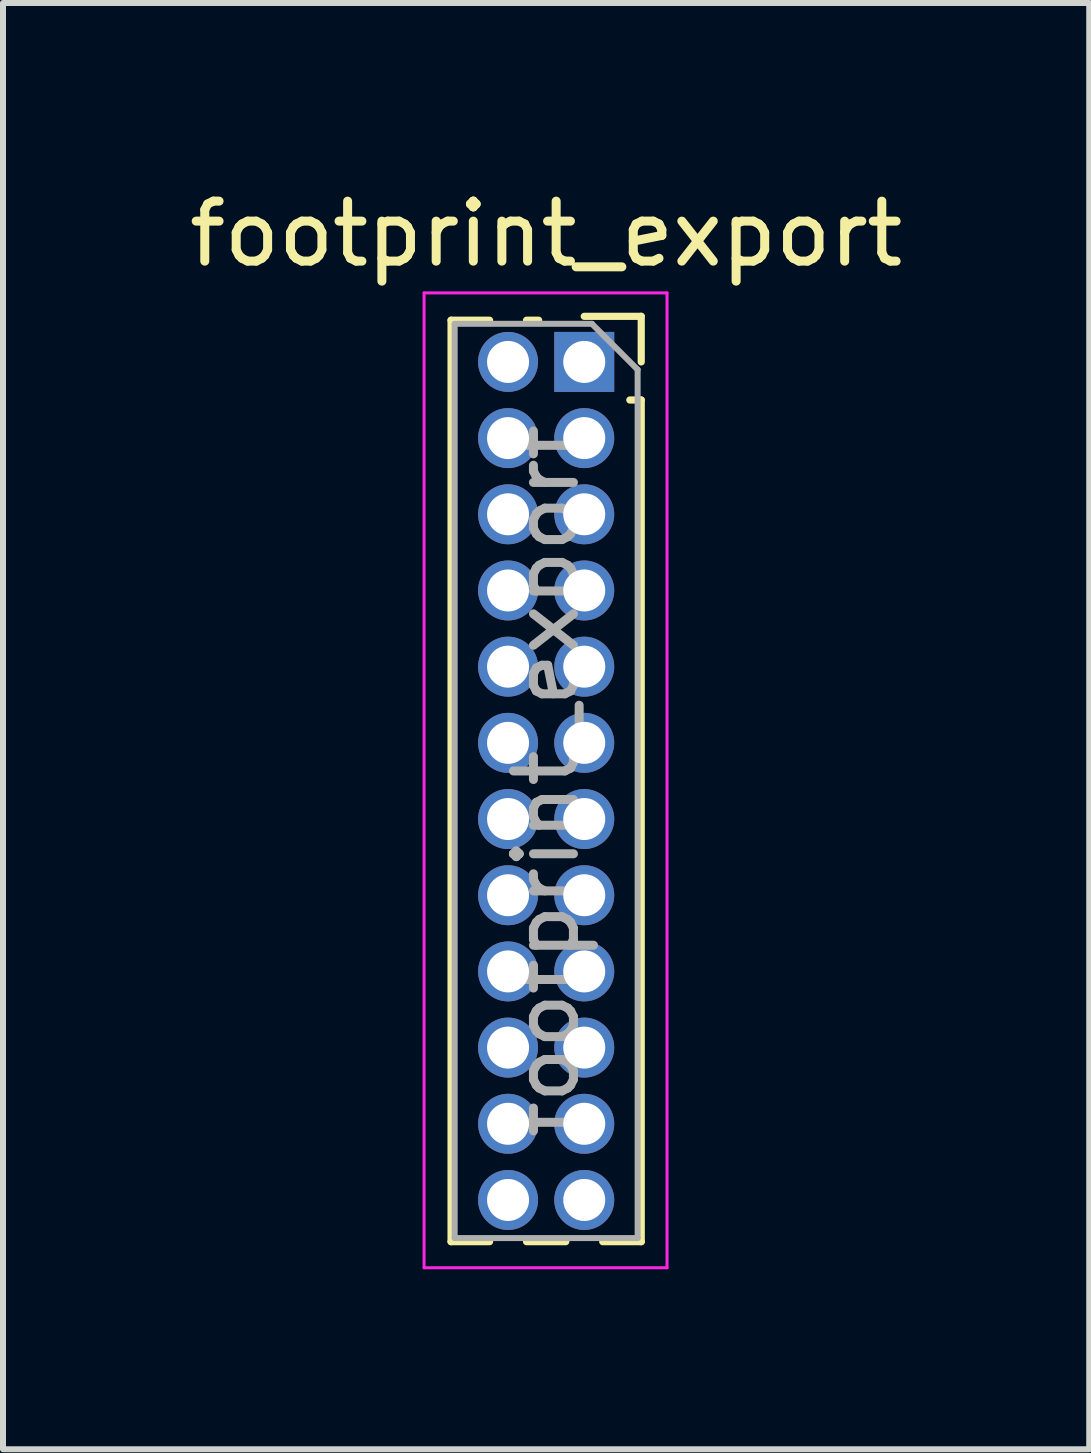
<source format=kicad_pcb>
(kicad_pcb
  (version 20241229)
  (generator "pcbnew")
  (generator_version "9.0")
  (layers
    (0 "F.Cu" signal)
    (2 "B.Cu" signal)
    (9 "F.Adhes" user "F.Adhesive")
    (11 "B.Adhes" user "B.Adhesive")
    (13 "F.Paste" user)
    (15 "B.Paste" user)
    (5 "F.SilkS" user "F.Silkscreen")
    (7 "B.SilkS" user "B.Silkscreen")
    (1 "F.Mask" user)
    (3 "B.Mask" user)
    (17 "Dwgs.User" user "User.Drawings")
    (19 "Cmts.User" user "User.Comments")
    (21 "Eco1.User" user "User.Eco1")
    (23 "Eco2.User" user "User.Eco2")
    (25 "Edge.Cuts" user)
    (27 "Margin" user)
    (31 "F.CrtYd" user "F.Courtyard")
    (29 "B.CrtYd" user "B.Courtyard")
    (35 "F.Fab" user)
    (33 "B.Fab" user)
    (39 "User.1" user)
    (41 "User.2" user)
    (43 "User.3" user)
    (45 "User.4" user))
  (footprint "footprint_export"
    (layer "F.Cu")
    (at 6.689 2.983)
    (property "Reference" "footprint_export" (at -0.635 -2.135 0) (layer "F.SilkS") (effects (font (size 1 1) (thickness 0.15))))
    (attr through_hole)
    (fp_line (start -2.22 -0.695) (end -2.22 14.665) (stroke (width 0.12) (type solid)) (layer "F.SilkS"))
    (fp_line (start -2.22 -0.695) (end -1.578 -0.695) (stroke (width 0.12) (type solid)) (layer "F.SilkS"))
    (fp_line (start -2.22 14.665) (end -1.578 14.665) (stroke (width 0.12) (type solid)) (layer "F.SilkS"))
    (fp_line (start -0.962 -0.695) (end -0.76 -0.695) (stroke (width 0.12) (type solid)) (layer "F.SilkS"))
    (fp_line (start -0.962 14.665) (end -0.308 14.665) (stroke (width 0.12) (type solid)) (layer "F.SilkS"))
    (fp_line (start 0 -0.76) (end 0.95 -0.76) (stroke (width 0.12) (type solid)) (layer "F.SilkS"))
    (fp_line (start 0.308 14.665) (end 0.95 14.665) (stroke (width 0.12) (type solid)) (layer "F.SilkS"))
    (fp_line (start 0.76 0.635) (end 0.95 0.635) (stroke (width 0.12) (type solid)) (layer "F.SilkS"))
    (fp_line (start 0.95 -0.76) (end 0.95 0) (stroke (width 0.12) (type solid)) (layer "F.SilkS"))
    (fp_line (start 0.95 0.635) (end 0.95 14.665) (stroke (width 0.12) (type solid)) (layer "F.SilkS"))
    (fp_line (start -2.67 -1.15) (end 1.38 -1.15) (stroke (width 0.05) (type solid)) (layer "F.CrtYd"))
    (fp_line (start -2.67 15.1) (end -2.67 -1.15) (stroke (width 0.05) (type solid)) (layer "F.CrtYd"))
    (fp_line (start 1.38 -1.15) (end 1.38 15.1) (stroke (width 0.05) (type solid)) (layer "F.CrtYd"))
    (fp_line (start 1.38 15.1) (end -2.67 15.1) (stroke (width 0.05) (type solid)) (layer "F.CrtYd"))
    (fp_line (start -2.16 -0.635) (end 0.128 -0.635) (stroke (width 0.1) (type solid)) (layer "F.Fab"))
    (fp_line (start -2.16 14.605) (end -2.16 -0.635) (stroke (width 0.1) (type solid)) (layer "F.Fab"))
    (fp_line (start 0.128 -0.635) (end 0.89 0.128) (stroke (width 0.1) (type solid)) (layer "F.Fab"))
    (fp_line (start 0.89 0.128) (end 0.89 14.605) (stroke (width 0.1) (type solid)) (layer "F.Fab"))
    (fp_line (start 0.89 14.605) (end -2.16 14.605) (stroke (width 0.1) (type solid)) (layer "F.Fab"))
    (fp_text user "${REFERENCE}" (at -0.635 6.985 90) (layer "F.Fab") (effects (font (size 1 1) (thickness 0.15))))
    (pad "1" thru_hole rect (at 0 0) (size 1 1) (drill 0.7) (layers "*.Cu" "*.Mask"))
    (pad "2" thru_hole oval (at -1.27 0) (size 1 1) (drill 0.7) (layers "*.Cu" "*.Mask"))
    (pad "3" thru_hole oval (at 0 1.27) (size 1 1) (drill 0.7) (layers "*.Cu" "*.Mask"))
    (pad "4" thru_hole oval (at -1.27 1.27) (size 1 1) (drill 0.7) (layers "*.Cu" "*.Mask"))
    (pad "5" thru_hole oval (at 0 2.54) (size 1 1) (drill 0.7) (layers "*.Cu" "*.Mask"))
    (pad "6" thru_hole oval (at -1.27 2.54) (size 1 1) (drill 0.7) (layers "*.Cu" "*.Mask"))
    (pad "7" thru_hole oval (at 0 3.81) (size 1 1) (drill 0.7) (layers "*.Cu" "*.Mask"))
    (pad "8" thru_hole oval (at -1.27 3.81) (size 1 1) (drill 0.7) (layers "*.Cu" "*.Mask"))
    (pad "9" thru_hole oval (at 0 5.08) (size 1 1) (drill 0.7) (layers "*.Cu" "*.Mask"))
    (pad "10" thru_hole oval (at -1.27 5.08) (size 1 1) (drill 0.7) (layers "*.Cu" "*.Mask"))
    (pad "11" thru_hole oval (at 0 6.35) (size 1 1) (drill 0.7) (layers "*.Cu" "*.Mask"))
    (pad "12" thru_hole oval (at -1.27 6.35) (size 1 1) (drill 0.7) (layers "*.Cu" "*.Mask"))
    (pad "13" thru_hole oval (at 0 7.62) (size 1 1) (drill 0.7) (layers "*.Cu" "*.Mask"))
    (pad "14" thru_hole oval (at -1.27 7.62) (size 1 1) (drill 0.7) (layers "*.Cu" "*.Mask"))
    (pad "15" thru_hole oval (at 0 8.89) (size 1 1) (drill 0.7) (layers "*.Cu" "*.Mask"))
    (pad "16" thru_hole oval (at -1.27 8.89) (size 1 1) (drill 0.7) (layers "*.Cu" "*.Mask"))
    (pad "17" thru_hole oval (at 0 10.16) (size 1 1) (drill 0.7) (layers "*.Cu" "*.Mask"))
    (pad "18" thru_hole oval (at -1.27 10.16) (size 1 1) (drill 0.7) (layers "*.Cu" "*.Mask"))
    (pad "19" thru_hole oval (at 0 11.43) (size 1 1) (drill 0.7) (layers "*.Cu" "*.Mask"))
    (pad "20" thru_hole oval (at -1.27 11.43) (size 1 1) (drill 0.7) (layers "*.Cu" "*.Mask"))
    (pad "21" thru_hole oval (at 0 12.7) (size 1 1) (drill 0.7) (layers "*.Cu" "*.Mask"))
    (pad "22" thru_hole oval (at -1.27 12.7) (size 1 1) (drill 0.7) (layers "*.Cu" "*.Mask"))
    (pad "23" thru_hole oval (at 0 13.97) (size 1 1) (drill 0.7) (layers "*.Cu" "*.Mask"))
    (pad "24" thru_hole oval (at -1.27 13.97) (size 1 1) (drill 0.7) (layers "*.Cu" "*.Mask")))
  (gr_rect
    (start -3 -3)
    (end 15.107 21.108)
    (stroke (width 0.1) (type default))
    (fill no)
    (layer "Edge.Cuts")))
</source>
